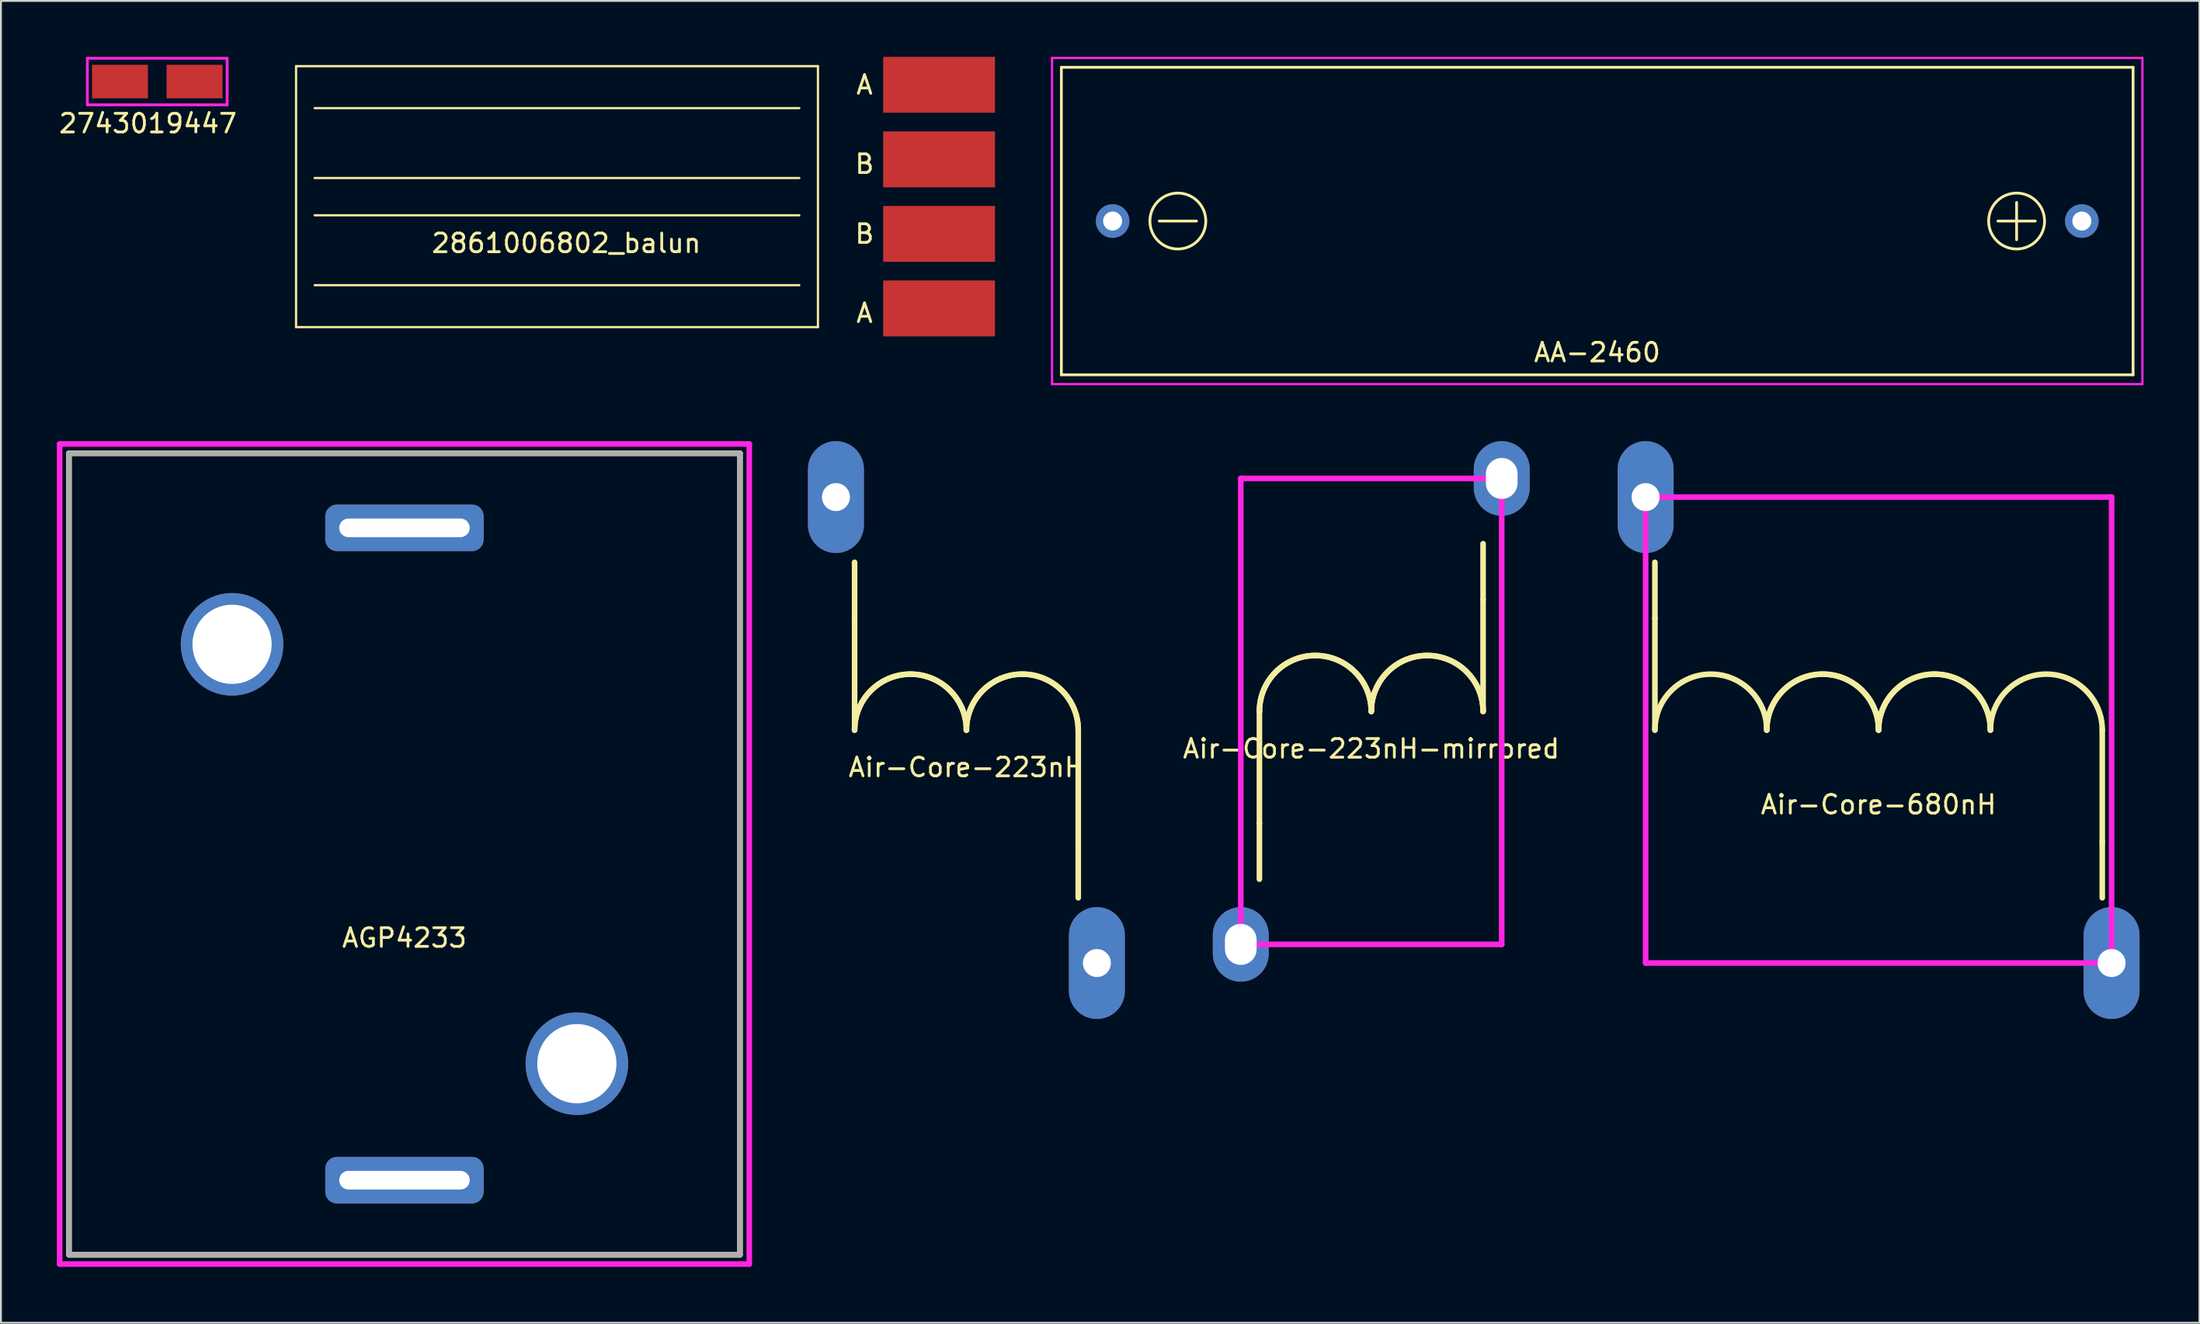
<source format=kicad_pcb>
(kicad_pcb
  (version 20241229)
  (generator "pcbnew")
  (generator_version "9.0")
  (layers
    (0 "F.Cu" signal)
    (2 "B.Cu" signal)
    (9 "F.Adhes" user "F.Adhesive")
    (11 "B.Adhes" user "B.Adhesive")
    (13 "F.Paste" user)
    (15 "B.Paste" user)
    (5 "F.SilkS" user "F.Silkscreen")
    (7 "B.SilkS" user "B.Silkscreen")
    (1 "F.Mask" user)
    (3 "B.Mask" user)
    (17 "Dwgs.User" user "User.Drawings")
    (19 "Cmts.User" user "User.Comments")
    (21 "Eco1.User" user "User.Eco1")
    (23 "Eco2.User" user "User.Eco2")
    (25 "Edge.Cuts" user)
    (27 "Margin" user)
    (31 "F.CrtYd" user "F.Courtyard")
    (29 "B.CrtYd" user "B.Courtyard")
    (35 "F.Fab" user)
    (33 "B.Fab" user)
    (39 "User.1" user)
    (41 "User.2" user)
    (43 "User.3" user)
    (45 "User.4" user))
  (footprint "2861006802_balun"
    (layer "F.Cu")
    (at 26.834 7.5)
    (property "Reference" "2861006802_balun" (at 0.5 2.5 0) (layer "F.SilkS") (effects (font (size 1 1) (thickness 0.15))))
    (attr through_hole)
    (fp_line (start -14 -7) (end 14 -7) (stroke (width 0.12) (type solid)) (layer "F.SilkS"))
    (fp_line (start -14 7) (end -14 -7) (stroke (width 0.12) (type solid)) (layer "F.SilkS"))
    (fp_line (start -13 -4.75) (end 13 -4.75) (stroke (width 0.12) (type solid)) (layer "F.SilkS"))
    (fp_line (start -13 4.75) (end 13 4.75) (stroke (width 0.12) (type solid)) (layer "F.SilkS"))
    (fp_line (start 13 -1) (end -13 -1) (stroke (width 0.12) (type solid)) (layer "F.SilkS"))
    (fp_line (start 13 1) (end -13 1) (stroke (width 0.12) (type solid)) (layer "F.SilkS"))
    (fp_line (start 14 -7) (end 14 7) (stroke (width 0.12) (type solid)) (layer "F.SilkS"))
    (fp_line (start 14 7) (end -14 7) (stroke (width 0.12) (type solid)) (layer "F.SilkS"))
    (fp_text user "B" (at 16.5 2 0) (layer "F.SilkS") (effects (font (size 1 1) (thickness 0.15))))
    (fp_text user "A" (at 16.5 -6 0) (layer "F.SilkS") (effects (font (size 1 1) (thickness 0.15))))
    (fp_text user "A" (at 16.5 6.25 0) (layer "F.SilkS") (effects (font (size 1 1) (thickness 0.15))))
    (fp_text user "B" (at 16.5 -1.75 0) (layer "F.SilkS") (effects (font (size 1 1) (thickness 0.15))))
    (pad "1" smd rect (at 20.5 -6 270) (size 3 6) (layers "F.Cu" "F.Mask"))
    (pad "2" smd rect (at 20.5 6 270) (size 3 6) (layers "F.Cu" "F.Mask"))
    (pad "3" smd rect (at 20.5 -2 270) (size 3 6) (layers "F.Cu" "F.Mask"))
    (pad "4" smd rect (at 20.5 2 270) (size 3 6) (layers "F.Cu" "F.Mask")))
  (footprint "Air-Core-223nH"
    (layer "F.Cu")
    (at 48.8 36.12)
    (property "Reference" "Air-Core-223nH" (at 0 2 0) (layer "F.SilkS") (effects (font (size 1 1) (thickness 0.15))))
    (attr through_hole)
    (fp_line (start -6 -6) (end -6 -9) (stroke (width 0.3) (type solid)) (layer "F.SilkS"))
    (fp_line (start -6 0) (end -6 -6) (stroke (width 0.3) (type solid)) (layer "F.SilkS"))
    (fp_line (start 6 0) (end 6 6) (stroke (width 0.3) (type solid)) (layer "F.SilkS"))
    (fp_line (start 6 6) (end 6 9) (stroke (width 0.3) (type solid)) (layer "F.SilkS"))
    (fp_arc (start -6 0) (mid -3 -3) (end 0 0) (stroke (width 0.3) (type solid)) (layer "F.SilkS"))
    (fp_arc (start -6 0) (mid -3 -3) (end 0 0) (stroke (width 0.3) (type solid)) (layer "F.SilkS"))
    (fp_arc (start 0 0) (mid 3 -3) (end 6 0) (stroke (width 0.3) (type solid)) (layer "F.SilkS"))
    (fp_arc (start 0 0) (mid 3 -3) (end 6 0) (stroke (width 0.3) (type solid)) (layer "F.SilkS"))
    (pad "1" thru_hole oval (at -7 -12.5) (size 3 6) (drill oval 1.5) (layers "*.Cu" "*.Mask"))
    (pad "2" thru_hole oval (at 7 12.5) (size 3 6) (drill oval 1.5) (layers "*.Cu" "*.Mask")))
  (footprint "Air-Core-223nH-mirrored"
    (layer "F.Cu")
    (at 70.52 35.12)
    (property "Reference" "Air-Core-223nH-mirrored" (at 0 2 0) (layer "F.SilkS") (effects (font (size 1 1) (thickness 0.15))))
    (attr through_hole)
    (fp_line (start -6 6) (end -6 0) (stroke (width 0.3) (type solid)) (layer "F.SilkS"))
    (fp_line (start -6 9) (end -6 6) (stroke (width 0.3) (type solid)) (layer "F.SilkS"))
    (fp_line (start 6 -9) (end 6 -6) (stroke (width 0.3) (type solid)) (layer "F.SilkS"))
    (fp_line (start 6 -6) (end 6 0) (stroke (width 0.3) (type solid)) (layer "F.SilkS"))
    (fp_arc (start -6 0) (mid -3 -3) (end 0 0) (stroke (width 0.3) (type solid)) (layer "F.SilkS"))
    (fp_arc (start -6 0) (mid -3 -3) (end 0 0) (stroke (width 0.3) (type solid)) (layer "F.SilkS"))
    (fp_arc (start 0 0) (mid 3 -3) (end 6 0) (stroke (width 0.3) (type solid)) (layer "F.SilkS"))
    (fp_arc (start 0 0) (mid 3 -3) (end 6 0) (stroke (width 0.3) (type solid)) (layer "F.SilkS"))
    (fp_line (start -7 -12.5) (end -7 12.5) (stroke (width 0.3) (type solid)) (layer "F.CrtYd"))
    (fp_line (start -7 12.5) (end 7 12.5) (stroke (width 0.3) (type solid)) (layer "F.CrtYd"))
    (fp_line (start 7 -12.5) (end -7 -12.5) (stroke (width 0.3) (type solid)) (layer "F.CrtYd"))
    (fp_line (start 7 12.5) (end 7 -12.5) (stroke (width 0.3) (type solid)) (layer "F.CrtYd"))
    (pad "1" thru_hole oval (at -7 12.5) (size 3 4) (drill oval 1.7 2.2) (layers "*.Cu" "*.Mask"))
    (pad "2" thru_hole oval (at 7 -12.5) (size 3 4) (drill oval 1.7 2.2) (layers "*.Cu" "*.Mask")))
  (footprint "2743019447"
    (layer "F.Cu")
    (at 5.387 1.325)
    (property "Reference" "2743019447" (at -0.5 2.25 0) (layer "F.SilkS") (effects (font (size 1 1) (thickness 0.15))))
    (attr through_hole)
    (fp_line (start -3.75 -1.25) (end -3.75 1.25) (stroke (width 0.15) (type solid)) (layer "F.CrtYd"))
    (fp_line (start -3.75 1.25) (end 3.75 1.25) (stroke (width 0.15) (type solid)) (layer "F.CrtYd"))
    (fp_line (start 3.75 -1.25) (end -3.75 -1.25) (stroke (width 0.15) (type solid)) (layer "F.CrtYd"))
    (fp_line (start 3.75 1.25) (end 3.75 -1.25) (stroke (width 0.15) (type solid)) (layer "F.CrtYd"))
    (pad "1" smd rect (at -2 0) (size 3 1.8) (layers "F.Cu" "F.Mask" "F.Paste"))
    (pad "2" smd rect (at 2 0) (size 3 1.8) (layers "F.Cu" "F.Mask" "F.Paste")))
  (footprint "AA-2460"
    (layer "F.Cu")
    (at 82.644 8.81)
    (property "Reference" "AA-2460" (at 0 7.05 0) (layer "F.SilkS") (effects (font (size 1 1) (thickness 0.15))))
    (attr through_hole)
    (fp_line (start -28.75 -8.25) (end -28.75 8.25) (stroke (width 0.15) (type solid)) (layer "F.SilkS"))
    (fp_line (start -28.75 8.25) (end 28.75 8.25) (stroke (width 0.15) (type solid)) (layer "F.SilkS"))
    (fp_line (start -23.5 0) (end -21.5 0) (stroke (width 0.15) (type solid)) (layer "F.SilkS"))
    (fp_line (start 22.5 -1) (end 22.5 1) (stroke (width 0.15) (type solid)) (layer "F.SilkS"))
    (fp_line (start 23.5 0) (end 21.5 0) (stroke (width 0.15) (type solid)) (layer "F.SilkS"))
    (fp_line (start 28.75 -8.25) (end -28.75 -8.25) (stroke (width 0.15) (type solid)) (layer "F.SilkS"))
    (fp_line (start 28.75 8.25) (end 28.75 -8.25) (stroke (width 0.15) (type solid)) (layer "F.SilkS"))
    (fp_circle (center -22.5 0) (end -22.5 1.5) (stroke (width 0.15) (type solid)) (fill no) (layer "F.SilkS"))
    (fp_circle (center 22.5 0) (end 22.5 1.5) (stroke (width 0.15) (type solid)) (fill no) (layer "F.SilkS"))
    (fp_line (start -29.25 -8.75) (end -29.25 8.75) (stroke (width 0.12) (type solid)) (layer "F.CrtYd"))
    (fp_line (start -29.25 8.75) (end 29.25 8.75) (stroke (width 0.12) (type solid)) (layer "F.CrtYd"))
    (fp_line (start 29.25 -8.75) (end -29.25 -8.75) (stroke (width 0.12) (type solid)) (layer "F.CrtYd"))
    (fp_line (start 29.25 8.75) (end 29.25 -8.75) (stroke (width 0.12) (type solid)) (layer "F.CrtYd"))
    (pad "1" thru_hole circle (at 26 0) (size 1.8 1.8) (drill 1.02) (layers "*.Cu" "*.Mask"))
    (pad "2" thru_hole circle (at -26 0) (size 1.8 1.8) (drill 1.02) (layers "*.Cu" "*.Mask")))
  (footprint "AGP4233"
    (layer "F.Cu")
    (at 18.65 42.77)
    (property "Reference" "AGP4233" (at 0 4.5 0) (layer "F.SilkS") (effects (font (size 1 1) (thickness 0.15))))
    (attr through_hole)
    (fp_line (start -18 -21.5) (end -18 21.5) (stroke (width 0.3) (type solid)) (layer "F.SilkS"))
    (fp_line (start -18 21.5) (end 18 21.5) (stroke (width 0.3) (type solid)) (layer "F.SilkS"))
    (fp_line (start 18 -21.5) (end -18 -21.5) (stroke (width 0.3) (type solid)) (layer "F.SilkS"))
    (fp_line (start 18 21.5) (end 18 -21.5) (stroke (width 0.3) (type solid)) (layer "F.SilkS"))
    (fp_line (start -18.5 -22) (end -18.5 22) (stroke (width 0.3) (type solid)) (layer "F.CrtYd"))
    (fp_line (start -18.5 22) (end 18.5 22) (stroke (width 0.3) (type solid)) (layer "F.CrtYd"))
    (fp_line (start 18.5 -22) (end -18.5 -22) (stroke (width 0.3) (type solid)) (layer "F.CrtYd"))
    (fp_line (start 18.5 22) (end 18.5 -22) (stroke (width 0.3) (type solid)) (layer "F.CrtYd"))
    (fp_line (start -18 -21.5) (end 18 -21.5) (stroke (width 0.3) (type solid)) (layer "F.Fab"))
    (fp_line (start -18 21.5) (end -18 -21.5) (stroke (width 0.3) (type solid)) (layer "F.Fab"))
    (fp_line (start 18 -21.5) (end 18 21.5) (stroke (width 0.3) (type solid)) (layer "F.Fab"))
    (fp_line (start 18 21.5) (end -18 21.5) (stroke (width 0.3) (type solid)) (layer "F.Fab"))
    (pad "" thru_hole roundrect (at 0 -17.5) (size 8.5 2.5) (drill oval 7 1) (layers "*.Cu" "*.Mask") (roundrect_rratio 0.25))
    (pad "" thru_hole roundrect (at 0 17.5) (size 8.5 2.5) (drill oval 7 1) (layers "*.Cu" "*.Mask") (roundrect_rratio 0.25))
    (pad "1" thru_hole circle (at 9.25 11.25) (size 5.5 5.5) (drill 4.25) (layers "*.Cu" "*.Mask"))
    (pad "2" thru_hole circle (at -9.25 -11.25) (size 5.5 5.5) (drill 4.25) (layers "*.Cu" "*.Mask")))
  (footprint "Air-Core-680nH"
    (layer "F.Cu")
    (at 97.74 36.12)
    (property "Reference" "Air-Core-680nH" (at 0 4 0) (layer "F.SilkS") (effects (font (size 1 1) (thickness 0.15))))
    (attr through_hole)
    (fp_line (start -12 -6) (end -12 -9) (stroke (width 0.3) (type solid)) (layer "F.SilkS"))
    (fp_line (start -12 0) (end -12 -6) (stroke (width 0.3) (type solid)) (layer "F.SilkS"))
    (fp_line (start 12 0) (end 12 6) (stroke (width 0.3) (type solid)) (layer "F.SilkS"))
    (fp_line (start 12 6) (end 12 9) (stroke (width 0.3) (type solid)) (layer "F.SilkS"))
    (fp_arc (start -12 0) (mid -9 -3) (end -6 0) (stroke (width 0.3) (type solid)) (layer "F.SilkS"))
    (fp_arc (start -6 0) (mid -3 -3) (end 0 0) (stroke (width 0.3) (type solid)) (layer "F.SilkS"))
    (fp_arc (start -6 0) (mid -3 -3) (end 0 0) (stroke (width 0.3) (type solid)) (layer "F.SilkS"))
    (fp_arc (start 0 0) (mid 3 -3) (end 6 0) (stroke (width 0.3) (type solid)) (layer "F.SilkS"))
    (fp_arc (start 0 0) (mid 3 -3) (end 6 0) (stroke (width 0.3) (type solid)) (layer "F.SilkS"))
    (fp_arc (start 6 0) (mid 9 -3) (end 12 0) (stroke (width 0.3) (type solid)) (layer "F.SilkS"))
    (fp_line (start -12.5 -12.5) (end -12.5 12.5) (stroke (width 0.3) (type solid)) (layer "F.CrtYd"))
    (fp_line (start -12.5 12.5) (end 12.5 12.5) (stroke (width 0.3) (type solid)) (layer "F.CrtYd"))
    (fp_line (start 12.5 -12.5) (end -12.5 -12.5) (stroke (width 0.3) (type solid)) (layer "F.CrtYd"))
    (fp_line (start 12.5 12.5) (end 12.5 -12.5) (stroke (width 0.3) (type solid)) (layer "F.CrtYd"))
    (pad "1" thru_hole oval (at -12.5 -12.5) (size 3 6) (drill oval 1.5) (layers "*.Cu" "*.Mask"))
    (pad "2" thru_hole oval (at 12.5 12.5) (size 3 6) (drill oval 1.5) (layers "*.Cu" "*.Mask")))
  (gr_rect
    (start -3 -3)
    (end 114.954 67.92)
    (stroke (width 0.1) (type default))
    (fill no)
    (layer "Edge.Cuts")))
</source>
